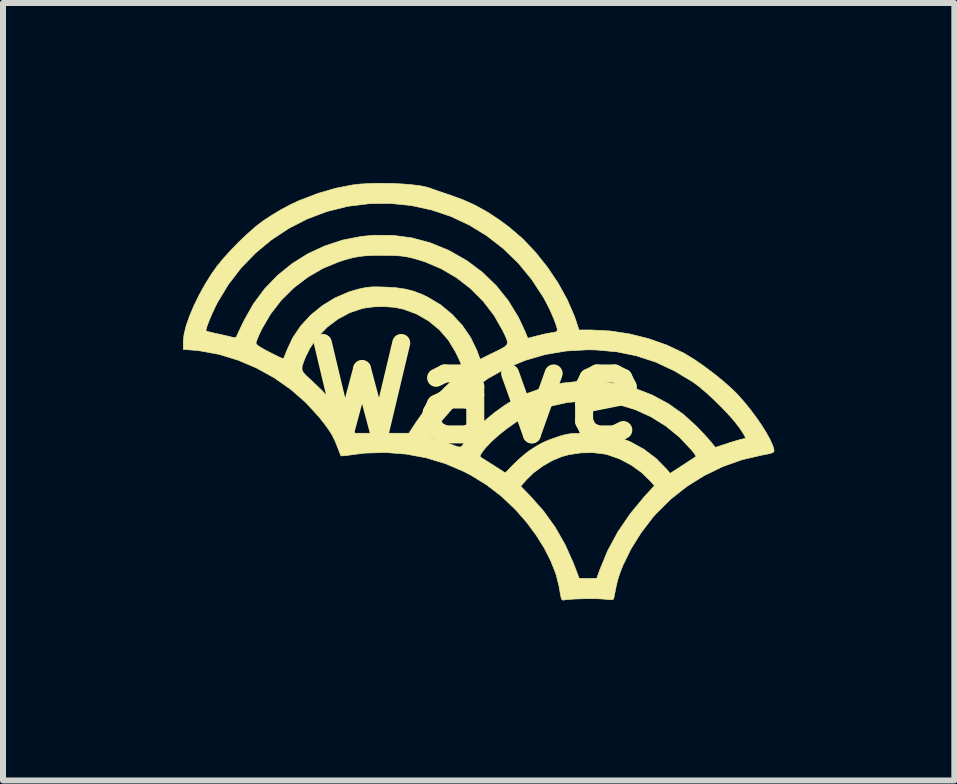
<source format=kicad_pcb>
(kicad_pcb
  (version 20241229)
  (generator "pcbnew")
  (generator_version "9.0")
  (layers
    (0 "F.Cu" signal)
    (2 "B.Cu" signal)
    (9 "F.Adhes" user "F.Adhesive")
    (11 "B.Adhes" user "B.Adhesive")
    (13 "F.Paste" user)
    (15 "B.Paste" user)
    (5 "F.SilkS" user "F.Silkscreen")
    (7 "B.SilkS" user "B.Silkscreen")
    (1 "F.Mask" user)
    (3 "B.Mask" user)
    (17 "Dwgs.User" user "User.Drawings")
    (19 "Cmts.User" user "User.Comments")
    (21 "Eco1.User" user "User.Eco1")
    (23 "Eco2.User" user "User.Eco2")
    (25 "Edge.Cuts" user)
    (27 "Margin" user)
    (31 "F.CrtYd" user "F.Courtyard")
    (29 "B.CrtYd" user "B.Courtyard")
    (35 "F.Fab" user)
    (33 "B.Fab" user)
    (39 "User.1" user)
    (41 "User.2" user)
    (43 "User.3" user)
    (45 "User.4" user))
  (footprint "Wave"
    (layer "F.Cu")
    (at 4.908 3.501)
    (property "Reference" "Wave" (at 0 0 0) (layer "F.SilkS") (effects (font (size 1.524 1.524) (thickness 0.3))))
    (attr through_hole)
    (fp_poly (pts (xy -1.41 -3.493) (xy -1.237 -3.484) (xy -1.077 -3.47) (xy -0.939 -3.452) (xy -0.83 -3.428) (xy -0.776 -3.41) (xy -0.73 -3.393) (xy -0.656 -3.367) (xy -0.565 -3.336) (xy -0.475 -3.306) (xy -0.25 -3.225) (xy -0.043 -3.132) (xy 0.157 -3.022) (xy 0.361 -2.888) (xy 0.529 -2.764) (xy 0.753 -2.572) (xy 0.967 -2.347) (xy 1.166 -2.098) (xy 1.344 -1.833) (xy 1.495 -1.559) (xy 1.615 -1.284) (xy 1.647 -1.19) (xy 1.693 -1.051) (xy 1.902 -1.051) (xy 2.218 -1.034) (xy 2.538 -0.985) (xy 2.854 -0.906) (xy 3.154 -0.8) (xy 3.431 -0.67) (xy 3.461 -0.653) (xy 3.612 -0.561) (xy 3.777 -0.447) (xy 3.945 -0.321) (xy 4.106 -0.19) (xy 4.248 -0.063) (xy 4.327 0.015) (xy 4.434 0.134) (xy 4.54 0.264) (xy 4.641 0.398) (xy 4.733 0.531) (xy 4.813 0.659) (xy 4.877 0.774) (xy 4.921 0.872) (xy 4.943 0.947) (xy 4.944 0.964) (xy 4.937 0.982) (xy 4.911 0.997) (xy 4.861 1.012) (xy 4.778 1.028) (xy 4.741 1.035) (xy 4.41 1.112) (xy 4.087 1.227) (xy 3.778 1.377) (xy 3.486 1.56) (xy 3.217 1.773) (xy 2.976 2.012) (xy 2.926 2.069) (xy 2.726 2.331) (xy 2.556 2.604) (xy 2.421 2.881) (xy 2.384 2.977) (xy 2.358 3.05) (xy 2.336 3.123) (xy 2.316 3.205) (xy 2.295 3.308) (xy 2.275 3.411) (xy 2.269 3.432) (xy 2.253 3.443) (xy 2.22 3.445) (xy 2.16 3.441) (xy 2.107 3.435) (xy 2.034 3.43) (xy 1.938 3.427) (xy 1.83 3.427) (xy 1.718 3.43) (xy 1.612 3.434) (xy 1.522 3.44) (xy 1.457 3.447) (xy 1.432 3.453) (xy 1.408 3.444) (xy 1.393 3.406) (xy 1.383 3.354) (xy 1.37 3.28) (xy 1.359 3.215) (xy 1.308 3.016) (xy 1.225 2.804) (xy 1.114 2.585) (xy 0.976 2.365) (xy 0.818 2.152) (xy 0.641 1.951) (xy 0.63 1.939) (xy 0.398 1.719) (xy 0.182 1.553) (xy 0.721 1.553) (xy 0.882 1.719) (xy 1.105 1.971) (xy 1.295 2.236) (xy 1.459 2.522) (xy 1.6 2.837) (xy 1.628 2.91) (xy 1.696 3.09) (xy 1.988 3.09) (xy 2.038 2.951) (xy 2.172 2.626) (xy 2.341 2.314) (xy 2.547 2.012) (xy 2.791 1.717) (xy 2.822 1.684) (xy 2.95 1.545) (xy 2.883 1.468) (xy 2.736 1.325) (xy 2.562 1.2) (xy 2.371 1.099) (xy 2.175 1.03) (xy 2.122 1.017) (xy 1.932 0.994) (xy 1.728 0.997) (xy 1.527 1.027) (xy 1.411 1.058) (xy 1.248 1.125) (xy 1.084 1.22) (xy 0.934 1.331) (xy 0.826 1.436) (xy 0.721 1.553) (xy 0.182 1.553) (xy 0.155 1.532) (xy -0.108 1.37) (xy -0.225 1.309) (xy -0.53 1.178) (xy -0.854 1.08) (xy -0.961 1.06) (xy 0.045 1.06) (xy 0.066 1.078) (xy 0.069 1.08) (xy 0.102 1.1) (xy 0.16 1.137) (xy 0.234 1.184) (xy 0.285 1.216) (xy 0.464 1.331) (xy 0.608 1.184) (xy 0.687 1.108) (xy 0.773 1.033) (xy 0.851 0.971) (xy 0.876 0.954) (xy 0.987 0.883) (xy 1.086 0.828) (xy 1.192 0.782) (xy 1.319 0.737) (xy 1.339 0.73) (xy 1.412 0.707) (xy 1.475 0.691) (xy 1.539 0.68) (xy 1.614 0.674) (xy 1.71 0.672) (xy 1.823 0.671) (xy 1.953 0.671) (xy 2.053 0.674) (xy 2.132 0.681) (xy 2.202 0.693) (xy 2.272 0.71) (xy 2.292 0.716) (xy 2.542 0.809) (xy 2.773 0.936) (xy 2.981 1.094) (xy 3.156 1.273) (xy 3.211 1.34) (xy 3.424 1.202) (xy 3.506 1.148) (xy 3.574 1.104) (xy 3.623 1.072) (xy 3.644 1.058) (xy 3.644 1.058) (xy 3.636 1.04) (xy 3.609 1) (xy 3.576 0.958) (xy 3.37 0.738) (xy 3.141 0.551) (xy 2.894 0.397) (xy 2.631 0.277) (xy 2.356 0.193) (xy 2.073 0.144) (xy 1.785 0.132) (xy 1.495 0.158) (xy 1.208 0.222) (xy 0.926 0.326) (xy 0.917 0.329) (xy 0.782 0.399) (xy 0.638 0.488) (xy 0.493 0.59) (xy 0.355 0.7) (xy 0.232 0.811) (xy 0.132 0.916) (xy 0.071 0.997) (xy 0.046 1.039) (xy 0.045 1.06) (xy -0.961 1.06) (xy -1.19 1.018) (xy -1.53 0.991) (xy -1.867 1.001) (xy -2.018 1.019) (xy -2.114 1.032) (xy -2.194 1.042) (xy -2.251 1.047) (xy -2.275 1.048) (xy -2.275 1.047) (xy -2.284 1.026) (xy -2.304 0.976) (xy -2.331 0.906) (xy -2.338 0.886) (xy -2.378 0.789) (xy -2.405 0.736) (xy -0.783 0.736) (xy -0.765 0.751) (xy -0.718 0.769) (xy -0.675 0.781) (xy -0.593 0.803) (xy -0.499 0.834) (xy -0.443 0.854) (xy -0.363 0.884) (xy -0.312 0.899) (xy -0.281 0.899) (xy -0.259 0.884) (xy -0.24 0.857) (xy -0.143 0.729) (xy -0.016 0.591) (xy 0.131 0.453) (xy 0.291 0.322) (xy 0.453 0.206) (xy 0.54 0.152) (xy 0.823 0.009) (xy 1.118 -0.097) (xy 1.419 -0.166) (xy 1.724 -0.198) (xy 2.029 -0.194) (xy 2.331 -0.154) (xy 2.626 -0.078) (xy 2.91 0.032) (xy 3.181 0.177) (xy 3.433 0.356) (xy 3.661 0.564) (xy 3.735 0.642) (xy 3.807 0.719) (xy 3.866 0.785) (xy 3.894 0.819) (xy 3.966 0.906) (xy 4.186 0.834) (xy 4.278 0.805) (xy 4.357 0.782) (xy 4.414 0.767) (xy 4.439 0.762) (xy 4.46 0.759) (xy 4.466 0.744) (xy 4.454 0.713) (xy 4.422 0.66) (xy 4.368 0.58) (xy 4.364 0.575) (xy 4.287 0.474) (xy 4.184 0.357) (xy 4.065 0.232) (xy 3.938 0.107) (xy 3.81 -0.01) (xy 3.691 -0.111) (xy 3.588 -0.187) (xy 3.584 -0.189) (xy 3.278 -0.372) (xy 2.969 -0.516) (xy 2.652 -0.62) (xy 2.323 -0.687) (xy 1.979 -0.718) (xy 1.841 -0.721) (xy 1.481 -0.701) (xy 1.132 -0.642) (xy 0.797 -0.545) (xy 0.477 -0.412) (xy 0.175 -0.242) (xy -0.107 -0.038) (xy -0.367 0.199) (xy -0.603 0.469) (xy -0.687 0.582) (xy -0.732 0.647) (xy -0.766 0.7) (xy -0.782 0.732) (xy -0.783 0.736) (xy -2.405 0.736) (xy -2.422 0.701) (xy -2.478 0.612) (xy -2.551 0.512) (xy -2.639 0.4) (xy -2.861 0.158) (xy -3.112 -0.061) (xy -3.386 -0.253) (xy -3.63 -0.388) (xy -2.924 -0.388) (xy -2.902 -0.341) (xy -2.855 -0.29) (xy -2.78 -0.222) (xy -2.774 -0.217) (xy -2.588 -0.039) (xy -2.405 0.165) (xy -2.237 0.38) (xy -2.172 0.474) (xy -2.042 0.67) (xy -1.143 0.67) (xy -1.011 0.47) (xy -0.871 0.274) (xy -0.711 0.081) (xy -0.543 -0.096) (xy -0.402 -0.226) (xy -0.333 -0.285) (xy -0.287 -0.332) (xy -0.262 -0.375) (xy -0.257 -0.422) (xy -0.272 -0.483) (xy -0.307 -0.563) (xy -0.36 -0.673) (xy -0.363 -0.68) (xy -0.483 -0.88) (xy -0.635 -1.055) (xy -0.814 -1.202) (xy -1.016 -1.318) (xy -1.236 -1.399) (xy -1.386 -1.429) (xy -1.557 -1.441) (xy -1.731 -1.437) (xy -1.89 -1.415) (xy -1.916 -1.41) (xy -2.126 -1.34) (xy -2.324 -1.234) (xy -2.505 -1.098) (xy -2.662 -0.935) (xy -2.79 -0.752) (xy -2.862 -0.608) (xy -2.901 -0.511) (xy -2.923 -0.441) (xy -2.924 -0.388) (xy -3.63 -0.388) (xy -3.68 -0.416) (xy -3.988 -0.547) (xy -4.304 -0.644) (xy -4.624 -0.703) (xy -4.742 -0.715) (xy -4.903 -0.727) (xy -4.903 -0.838) (xy -3.691 -0.838) (xy -3.686 -0.817) (xy -3.659 -0.791) (xy -3.607 -0.757) (xy -3.524 -0.711) (xy -3.471 -0.683) (xy -3.384 -0.639) (xy -3.311 -0.603) (xy -3.259 -0.58) (xy -3.235 -0.572) (xy -3.235 -0.572) (xy -3.223 -0.594) (xy -3.203 -0.643) (xy -3.181 -0.701) (xy -3.081 -0.917) (xy -2.947 -1.116) (xy -2.781 -1.297) (xy -2.589 -1.454) (xy -2.375 -1.585) (xy -2.143 -1.685) (xy -1.988 -1.731) (xy -1.904 -1.75) (xy -1.83 -1.762) (xy -1.755 -1.769) (xy -1.665 -1.77) (xy -1.548 -1.766) (xy -1.525 -1.766) (xy -1.348 -1.754) (xy -1.198 -1.732) (xy -1.063 -1.697) (xy -0.928 -1.646) (xy -0.824 -1.596) (xy -0.614 -1.47) (xy -0.423 -1.312) (xy -0.255 -1.13) (xy -0.116 -0.929) (xy -0.012 -0.716) (xy -0.001 -0.687) (xy 0.044 -0.563) (xy 0.279 -0.678) (xy 0.381 -0.728) (xy 0.45 -0.767) (xy 0.489 -0.802) (xy 0.501 -0.841) (xy 0.49 -0.893) (xy 0.458 -0.966) (xy 0.422 -1.04) (xy 0.276 -1.296) (xy 0.096 -1.53) (xy -0.112 -1.739) (xy -0.346 -1.921) (xy -0.602 -2.071) (xy -0.876 -2.188) (xy -1.041 -2.238) (xy -1.127 -2.26) (xy -1.204 -2.275) (xy -1.282 -2.285) (xy -1.373 -2.291) (xy -1.486 -2.294) (xy -1.576 -2.295) (xy -1.733 -2.294) (xy -1.862 -2.288) (xy -1.972 -2.276) (xy -2.078 -2.256) (xy -2.189 -2.226) (xy -2.307 -2.189) (xy -2.576 -2.078) (xy -2.829 -1.931) (xy -3.062 -1.753) (xy -3.27 -1.547) (xy -3.449 -1.316) (xy -3.595 -1.066) (xy -3.614 -1.026) (xy -3.649 -0.951) (xy -3.675 -0.886) (xy -3.69 -0.843) (xy -3.691 -0.838) (xy -4.903 -0.838) (xy -4.903 -0.864) (xy -4.89 -0.98) (xy -4.876 -1.035) (xy -4.524 -1.035) (xy -4.5 -1.027) (xy -4.446 -1.013) (xy -4.371 -0.995) (xy -4.332 -0.987) (xy -4.242 -0.967) (xy -4.161 -0.949) (xy -4.102 -0.934) (xy -4.089 -0.931) (xy -4.044 -0.922) (xy -4.019 -0.936) (xy -4.009 -0.956) (xy -3.993 -0.991) (xy -3.964 -1.054) (xy -3.925 -1.136) (xy -3.888 -1.212) (xy -3.733 -1.487) (xy -3.546 -1.738) (xy -3.331 -1.961) (xy -3.09 -2.156) (xy -2.827 -2.321) (xy -2.544 -2.452) (xy -2.245 -2.55) (xy -1.931 -2.611) (xy -1.729 -2.63) (xy -1.407 -2.628) (xy -1.096 -2.587) (xy -0.792 -2.506) (xy -0.494 -2.385) (xy -0.464 -2.37) (xy -0.176 -2.206) (xy 0.083 -2.012) (xy 0.314 -1.789) (xy 0.514 -1.539) (xy 0.683 -1.262) (xy 0.797 -1.018) (xy 0.839 -0.913) (xy 1.022 -0.96) (xy 1.111 -0.982) (xy 1.19 -0.998) (xy 1.248 -1.007) (xy 1.262 -1.008) (xy 1.308 -1.019) (xy 1.331 -1.039) (xy 1.329 -1.074) (xy 1.31 -1.137) (xy 1.279 -1.222) (xy 1.238 -1.32) (xy 1.19 -1.424) (xy 1.138 -1.525) (xy 1.099 -1.597) (xy 0.901 -1.898) (xy 0.677 -2.17) (xy 0.427 -2.411) (xy 0.155 -2.622) (xy -0.136 -2.8) (xy -0.444 -2.944) (xy -0.767 -3.052) (xy -1.101 -3.125) (xy -1.444 -3.16) (xy -1.794 -3.157) (xy -2.148 -3.114) (xy -2.179 -3.108) (xy -2.514 -3.024) (xy -2.837 -2.902) (xy -3.145 -2.744) (xy -3.433 -2.554) (xy -3.699 -2.334) (xy -3.939 -2.086) (xy -4.15 -1.812) (xy -4.33 -1.515) (xy -4.357 -1.463) (xy -4.402 -1.369) (xy -4.444 -1.274) (xy -4.481 -1.185) (xy -4.508 -1.11) (xy -4.523 -1.058) (xy -4.524 -1.035) (xy -4.876 -1.035) (xy -4.855 -1.122) (xy -4.799 -1.282) (xy -4.726 -1.455) (xy -4.639 -1.633) (xy -4.541 -1.81) (xy -4.435 -1.98) (xy -4.348 -2.104) (xy -4.244 -2.232) (xy -4.116 -2.374) (xy -3.974 -2.52) (xy -3.826 -2.66) (xy -3.683 -2.785) (xy -3.68 -2.787) (xy -3.566 -2.873) (xy -3.426 -2.965) (xy -3.272 -3.057) (xy -3.119 -3.139) (xy -2.978 -3.205) (xy -2.975 -3.206) (xy -2.657 -3.328) (xy -2.357 -3.415) (xy -2.078 -3.469) (xy -1.947 -3.484) (xy -1.773 -3.493) (xy -1.592 -3.496) (xy -1.41 -3.493)) (stroke (width 0.01) (type solid)) (fill yes) (layer "F.SilkS")))
  (gr_rect
    (start -3 -3)
    (end 12.857 9.959)
    (stroke (width 0.1) (type default))
    (fill no)
    (layer "Edge.Cuts")))
</source>
